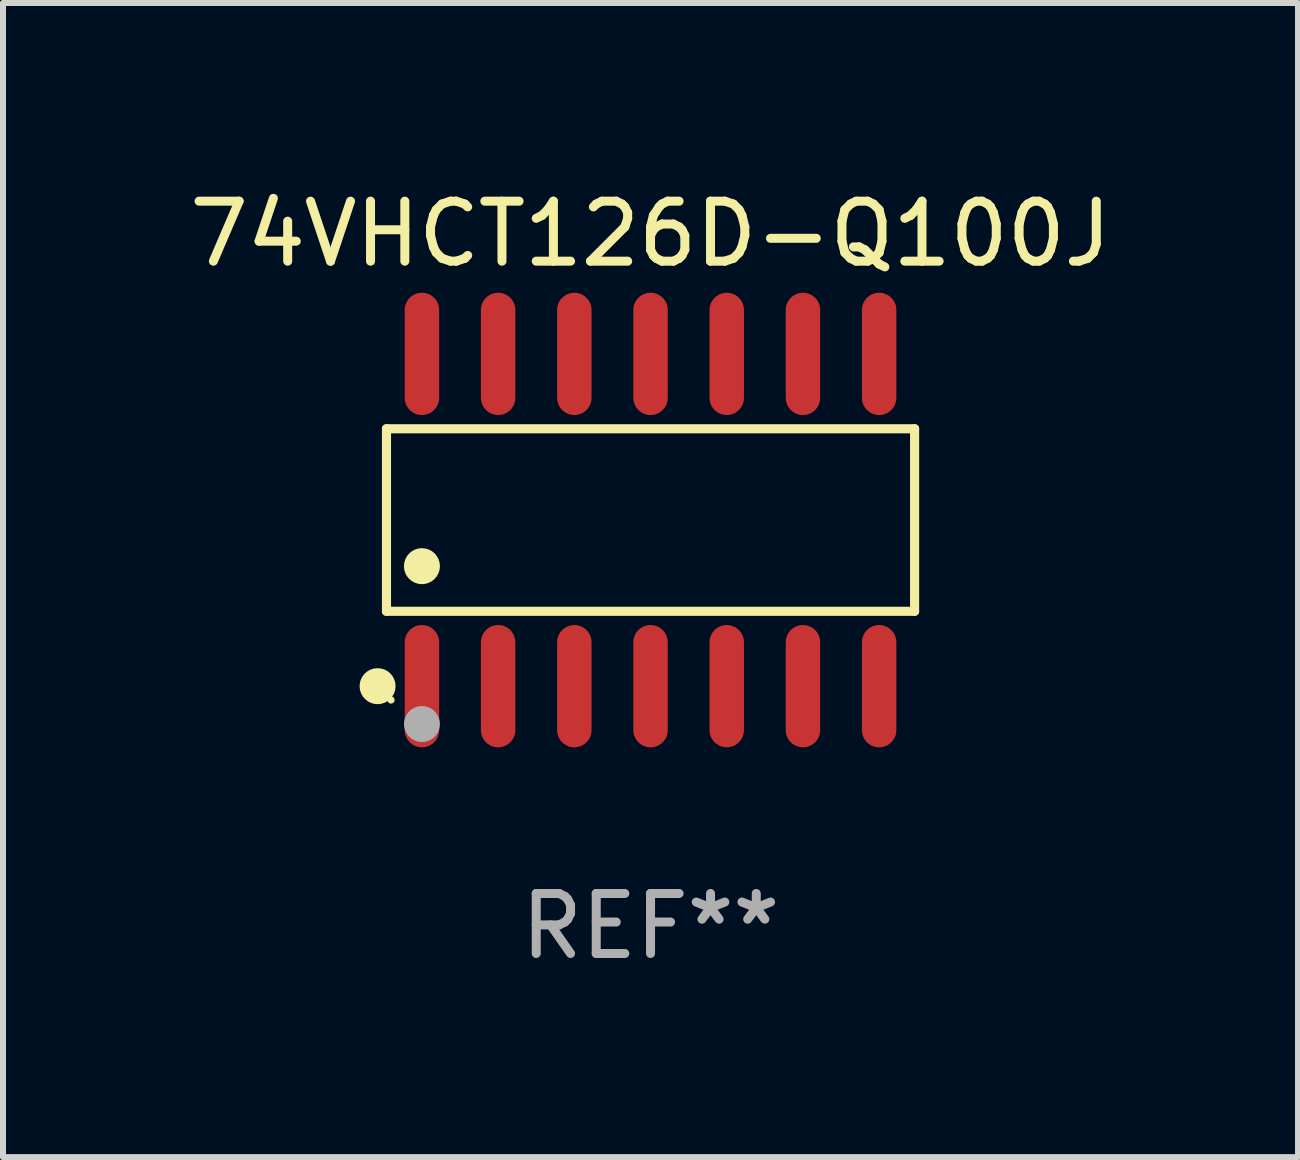
<source format=kicad_pcb>
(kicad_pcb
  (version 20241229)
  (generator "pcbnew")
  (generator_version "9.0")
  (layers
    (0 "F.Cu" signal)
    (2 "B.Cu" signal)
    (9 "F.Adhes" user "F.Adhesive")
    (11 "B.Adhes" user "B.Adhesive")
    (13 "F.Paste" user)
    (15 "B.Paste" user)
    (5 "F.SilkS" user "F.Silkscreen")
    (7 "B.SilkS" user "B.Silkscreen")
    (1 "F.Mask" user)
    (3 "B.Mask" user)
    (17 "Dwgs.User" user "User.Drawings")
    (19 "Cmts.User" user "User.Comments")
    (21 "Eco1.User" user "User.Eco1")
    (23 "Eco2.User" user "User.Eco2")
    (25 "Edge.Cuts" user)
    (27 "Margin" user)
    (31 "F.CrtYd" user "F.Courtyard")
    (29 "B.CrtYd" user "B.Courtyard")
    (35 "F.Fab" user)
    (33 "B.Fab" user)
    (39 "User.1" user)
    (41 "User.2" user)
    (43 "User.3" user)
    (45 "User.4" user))
  (footprint "74VHCT126D-Q100J"
    (layer "F.Cu")
    (at 7.792 5.617)
    (property "Reference" "74VHCT126D-Q100J" (at 0 -4.769 0) (layer "F.SilkS") (effects (font (size 1 1) (thickness 0.15))))
    (attr through_hole)
    (fp_line (start -4.401 -1.521) (end 4.401 -1.521) (stroke (width 0.152) (type solid)) (layer "F.SilkS"))
    (fp_line (start -4.401 1.521) (end -4.401 -1.521) (stroke (width 0.152) (type solid)) (layer "F.SilkS"))
    (fp_line (start 4.401 -1.521) (end 4.401 1.521) (stroke (width 0.152) (type solid)) (layer "F.SilkS"))
    (fp_line (start 4.401 1.521) (end -4.401 1.521) (stroke (width 0.152) (type solid)) (layer "F.SilkS"))
    (fp_circle (center -4.549 2.769) (end -4.399 2.769) (stroke (width 0.3) (type solid)) (fill no) (layer "F.SilkS"))
    (fp_circle (center -4.325 3) (end -4.295 3) (stroke (width 0.06) (type solid)) (fill no) (layer "F.SilkS"))
    (fp_circle (center -3.81 0.769) (end -3.66 0.769) (stroke (width 0.3) (type solid)) (fill no) (layer "F.SilkS"))
    (fp_circle (center -3.81 3.4) (end -3.66 3.4) (stroke (width 0.3) (type solid)) (fill no) (layer "F.Fab"))
    (fp_text user "REF**" (at 0 6.769 0) (layer "F.Fab") (effects (font (size 1 1) (thickness 0.15))))
    (pad "1" smd oval (at -3.81 2.769) (size 0.574 2.038) (layers "F.Cu" "F.Mask" "F.Paste"))
    (pad "2" smd oval (at -2.54 2.769) (size 0.574 2.038) (layers "F.Cu" "F.Mask" "F.Paste"))
    (pad "3" smd oval (at -1.27 2.769) (size 0.574 2.038) (layers "F.Cu" "F.Mask" "F.Paste"))
    (pad "4" smd oval (at 0 2.769) (size 0.574 2.038) (layers "F.Cu" "F.Mask" "F.Paste"))
    (pad "5" smd oval (at 1.27 2.769) (size 0.574 2.038) (layers "F.Cu" "F.Mask" "F.Paste"))
    (pad "6" smd oval (at 2.54 2.769) (size 0.574 2.038) (layers "F.Cu" "F.Mask" "F.Paste"))
    (pad "7" smd oval (at 3.81 2.769) (size 0.574 2.038) (layers "F.Cu" "F.Mask" "F.Paste"))
    (pad "8" smd oval (at 3.81 -2.769) (size 0.574 2.038) (layers "F.Cu" "F.Mask" "F.Paste"))
    (pad "9" smd oval (at 2.54 -2.769) (size 0.574 2.038) (layers "F.Cu" "F.Mask" "F.Paste"))
    (pad "10" smd oval (at 1.27 -2.769) (size 0.574 2.038) (layers "F.Cu" "F.Mask" "F.Paste"))
    (pad "11" smd oval (at 0 -2.769) (size 0.574 2.038) (layers "F.Cu" "F.Mask" "F.Paste"))
    (pad "12" smd oval (at -1.27 -2.769) (size 0.574 2.038) (layers "F.Cu" "F.Mask" "F.Paste"))
    (pad "13" smd oval (at -2.54 -2.769) (size 0.574 2.038) (layers "F.Cu" "F.Mask" "F.Paste"))
    (pad "14" smd oval (at -3.81 -2.769) (size 0.574 2.038) (layers "F.Cu" "F.Mask" "F.Paste")))
  (gr_rect
    (start -3 -3)
    (end 18.583 16.235)
    (stroke (width 0.1) (type default))
    (fill no)
    (layer "Edge.Cuts")))
</source>
